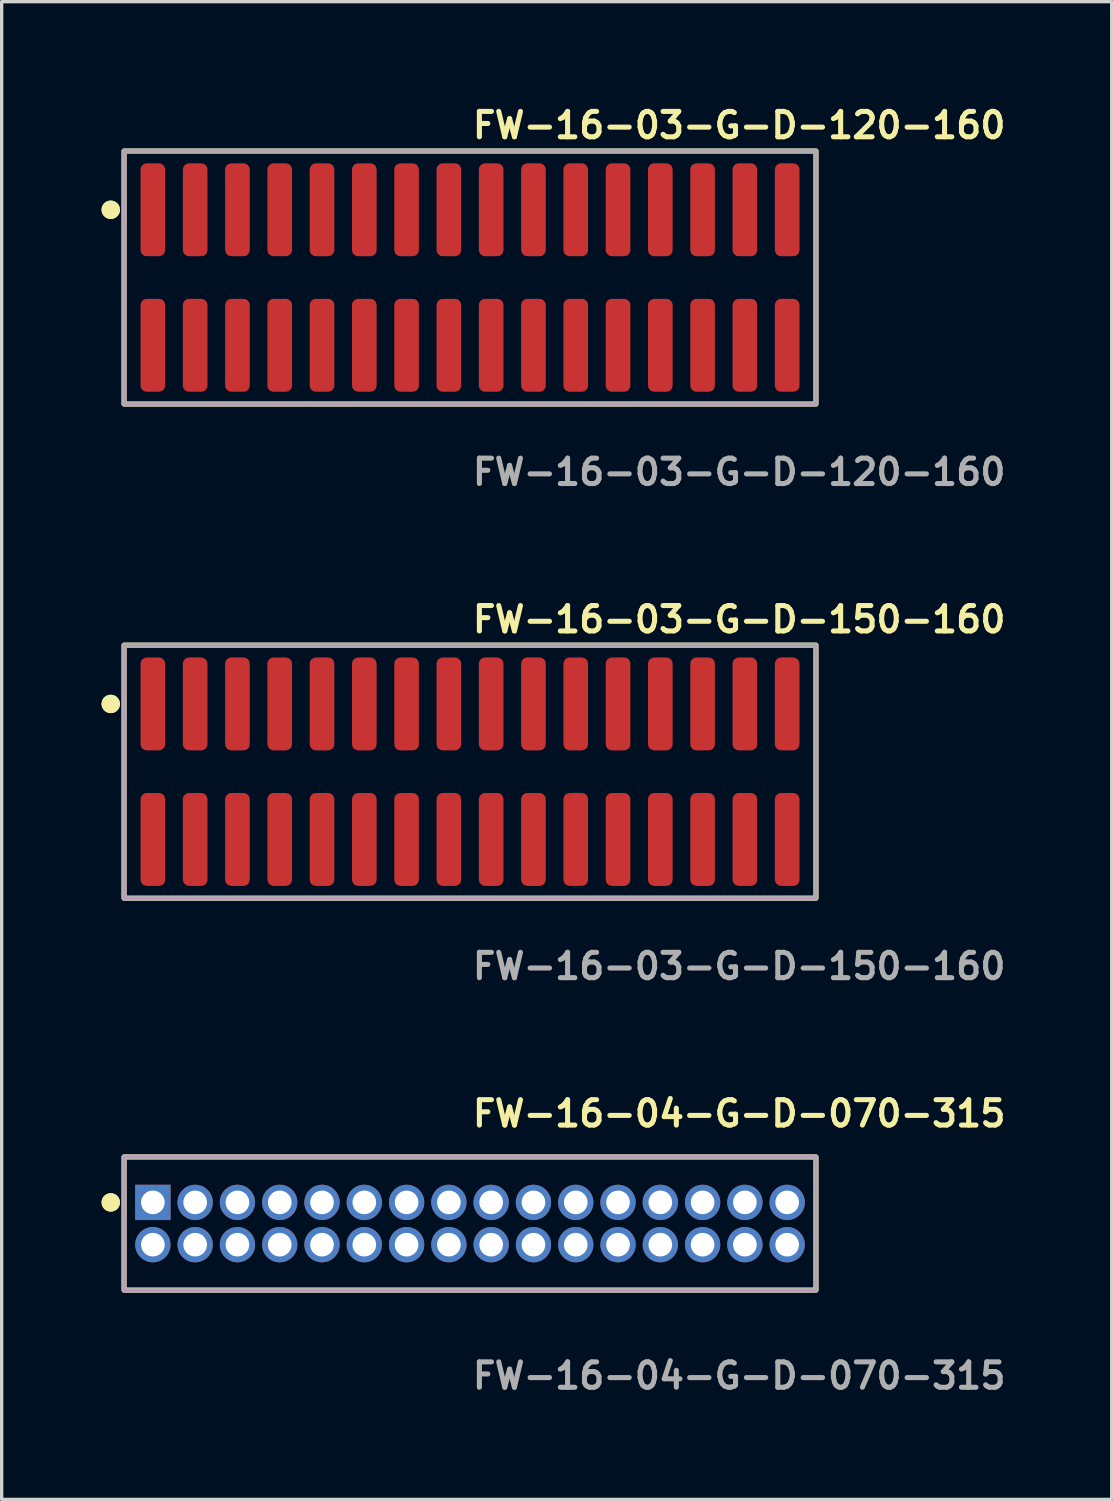
<source format=kicad_pcb>
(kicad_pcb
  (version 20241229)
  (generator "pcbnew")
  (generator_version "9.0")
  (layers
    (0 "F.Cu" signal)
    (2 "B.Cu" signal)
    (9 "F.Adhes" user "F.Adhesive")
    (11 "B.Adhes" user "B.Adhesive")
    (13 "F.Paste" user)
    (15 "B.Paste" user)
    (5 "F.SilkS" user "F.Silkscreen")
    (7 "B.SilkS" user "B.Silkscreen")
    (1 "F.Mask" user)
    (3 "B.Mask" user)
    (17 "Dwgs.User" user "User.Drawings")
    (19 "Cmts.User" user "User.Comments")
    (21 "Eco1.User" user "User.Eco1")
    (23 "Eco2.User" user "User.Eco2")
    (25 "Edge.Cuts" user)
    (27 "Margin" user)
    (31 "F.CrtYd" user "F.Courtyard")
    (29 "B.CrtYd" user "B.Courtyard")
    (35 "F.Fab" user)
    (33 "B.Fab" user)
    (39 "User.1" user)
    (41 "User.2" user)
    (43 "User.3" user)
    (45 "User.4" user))
  (footprint "FW-16-03-G-D-150-160"
    (layer "F.Cu")
    (at 11.066 20.126)
    (property "Reference" "FW-16-03-G-D-150-160" (at 0 -4.572 0) (unlocked yes) (layer "F.SilkS") (effects (font (size 0.762 0.762) (thickness 0.152)) (justify left)))
    (fp_rect (start -10.39 3.8) (end 10.39 -3.8) (stroke (width 0.152) (type solid)) (fill no) (layer "F.SilkS"))
    (fp_circle (center -10.79 -2.035) (end -10.99 -2.035) (stroke (width 0.152) (type solid)) (fill yes) (layer "F.SilkS"))
    (fp_circle (center -10.79 -2.035) (end -10.99 -2.035) (stroke (width 0.152) (type solid)) (fill yes) (layer "F.SilkS"))
    (fp_rect (start -10.39 3.8) (end 10.39 -3.8) (stroke (width 0.006) (type solid)) (fill no) (layer "F.CrtYd"))
    (fp_rect (start -10.39 3.8) (end 10.39 -3.8) (stroke (width 0.152) (type solid)) (fill no) (layer "F.Fab"))
    (fp_text user "${REFERENCE}" (at 0 5.842 0) (unlocked yes) (layer "F.Fab") (effects (font (size 0.762 0.762) (thickness 0.152)) (justify left)))
    (pad "1" smd roundrect (at -9.525 -2.035) (size 0.74 2.79) (layers "F.Cu" "F.Paste") (roundrect_rratio 0.25))
    (pad "2" smd roundrect (at -9.525 2.035) (size 0.74 2.79) (layers "F.Cu" "F.Paste") (roundrect_rratio 0.25))
    (pad "3" smd roundrect (at -8.255 -2.035) (size 0.74 2.79) (layers "F.Cu" "F.Paste") (roundrect_rratio 0.25))
    (pad "4" smd roundrect (at -8.255 2.035) (size 0.74 2.79) (layers "F.Cu" "F.Paste") (roundrect_rratio 0.25))
    (pad "5" smd roundrect (at -6.985 -2.035) (size 0.74 2.79) (layers "F.Cu" "F.Paste") (roundrect_rratio 0.25))
    (pad "6" smd roundrect (at -6.985 2.035) (size 0.74 2.79) (layers "F.Cu" "F.Paste") (roundrect_rratio 0.25))
    (pad "7" smd roundrect (at -5.715 -2.035) (size 0.74 2.79) (layers "F.Cu" "F.Paste") (roundrect_rratio 0.25))
    (pad "8" smd roundrect (at -5.715 2.035) (size 0.74 2.79) (layers "F.Cu" "F.Paste") (roundrect_rratio 0.25))
    (pad "9" smd roundrect (at -4.445 -2.035) (size 0.74 2.79) (layers "F.Cu" "F.Paste") (roundrect_rratio 0.25))
    (pad "10" smd roundrect (at -4.445 2.035) (size 0.74 2.79) (layers "F.Cu" "F.Paste") (roundrect_rratio 0.25))
    (pad "11" smd roundrect (at -3.175 -2.035) (size 0.74 2.79) (layers "F.Cu" "F.Paste") (roundrect_rratio 0.25))
    (pad "12" smd roundrect (at -3.175 2.035) (size 0.74 2.79) (layers "F.Cu" "F.Paste") (roundrect_rratio 0.25))
    (pad "13" smd roundrect (at -1.905 -2.035) (size 0.74 2.79) (layers "F.Cu" "F.Paste") (roundrect_rratio 0.25))
    (pad "14" smd roundrect (at -1.905 2.035) (size 0.74 2.79) (layers "F.Cu" "F.Paste") (roundrect_rratio 0.25))
    (pad "15" smd roundrect (at -0.635 -2.035) (size 0.74 2.79) (layers "F.Cu" "F.Paste") (roundrect_rratio 0.25))
    (pad "16" smd roundrect (at -0.635 2.035) (size 0.74 2.79) (layers "F.Cu" "F.Paste") (roundrect_rratio 0.25))
    (pad "17" smd roundrect (at 0.635 -2.035) (size 0.74 2.79) (layers "F.Cu" "F.Paste") (roundrect_rratio 0.25))
    (pad "18" smd roundrect (at 0.635 2.035) (size 0.74 2.79) (layers "F.Cu" "F.Paste") (roundrect_rratio 0.25))
    (pad "19" smd roundrect (at 1.905 -2.035) (size 0.74 2.79) (layers "F.Cu" "F.Paste") (roundrect_rratio 0.25))
    (pad "20" smd roundrect (at 1.905 2.035) (size 0.74 2.79) (layers "F.Cu" "F.Paste") (roundrect_rratio 0.25))
    (pad "21" smd roundrect (at 3.175 -2.035) (size 0.74 2.79) (layers "F.Cu" "F.Paste") (roundrect_rratio 0.25))
    (pad "22" smd roundrect (at 3.175 2.035) (size 0.74 2.79) (layers "F.Cu" "F.Paste") (roundrect_rratio 0.25))
    (pad "23" smd roundrect (at 4.445 -2.035) (size 0.74 2.79) (layers "F.Cu" "F.Paste") (roundrect_rratio 0.25))
    (pad "24" smd roundrect (at 4.445 2.035) (size 0.74 2.79) (layers "F.Cu" "F.Paste") (roundrect_rratio 0.25))
    (pad "25" smd roundrect (at 5.715 -2.035) (size 0.74 2.79) (layers "F.Cu" "F.Paste") (roundrect_rratio 0.25))
    (pad "26" smd roundrect (at 5.715 2.035) (size 0.74 2.79) (layers "F.Cu" "F.Paste") (roundrect_rratio 0.25))
    (pad "27" smd roundrect (at 6.985 -2.035) (size 0.74 2.79) (layers "F.Cu" "F.Paste") (roundrect_rratio 0.25))
    (pad "28" smd roundrect (at 6.985 2.035) (size 0.74 2.79) (layers "F.Cu" "F.Paste") (roundrect_rratio 0.25))
    (pad "29" smd roundrect (at 8.255 -2.035) (size 0.74 2.79) (layers "F.Cu" "F.Paste") (roundrect_rratio 0.25))
    (pad "30" smd roundrect (at 8.255 2.035) (size 0.74 2.79) (layers "F.Cu" "F.Paste") (roundrect_rratio 0.25))
    (pad "31" smd roundrect (at 9.525 -2.035) (size 0.74 2.79) (layers "F.Cu" "F.Paste") (roundrect_rratio 0.25))
    (pad "32" smd roundrect (at 9.525 2.035) (size 0.74 2.79) (layers "F.Cu" "F.Paste") (roundrect_rratio 0.25)))
  (footprint "FW-16-04-G-D-070-315"
    (layer "F.Cu")
    (at 11.066 33.696)
    (property "Reference" "FW-16-04-G-D-070-315" (at 0 -3.302 0) (unlocked yes) (layer "F.SilkS") (effects (font (size 0.762 0.762) (thickness 0.152)) (justify left)))
    (fp_rect (start -10.39 2) (end 10.39 -2) (stroke (width 0.152) (type solid)) (fill no) (layer "F.SilkS"))
    (fp_circle (center -10.79 -0.635) (end -10.99 -0.635) (stroke (width 0.152) (type solid)) (fill yes) (layer "F.SilkS"))
    (fp_circle (center -10.79 -0.635) (end -10.99 -0.635) (stroke (width 0.152) (type solid)) (fill yes) (layer "F.SilkS"))
    (fp_rect (start -10.39 2) (end 10.39 -2) (stroke (width 0.006) (type solid)) (fill no) (layer "F.CrtYd"))
    (fp_rect (start -10.39 2) (end 10.39 -2) (stroke (width 0.152) (type solid)) (fill no) (layer "F.Fab"))
    (fp_text user "${REFERENCE}" (at 0 4.572 0) (unlocked yes) (layer "F.Fab") (effects (font (size 0.762 0.762) (thickness 0.152)) (justify left)))
    (pad "1" thru_hole rect (at -9.525 -0.635) (size 1.06 1.06) (drill 0.71) (layers "*.Cu" "*.Mask"))
    (pad "2" thru_hole circle (at -9.525 0.635) (size 1.06 1.06) (drill 0.71) (layers "*.Cu" "*.Mask"))
    (pad "3" thru_hole circle (at -8.255 -0.635) (size 1.06 1.06) (drill 0.71) (layers "*.Cu" "*.Mask"))
    (pad "4" thru_hole circle (at -8.255 0.635) (size 1.06 1.06) (drill 0.71) (layers "*.Cu" "*.Mask"))
    (pad "5" thru_hole circle (at -6.985 -0.635) (size 1.06 1.06) (drill 0.71) (layers "*.Cu" "*.Mask"))
    (pad "6" thru_hole circle (at -6.985 0.635) (size 1.06 1.06) (drill 0.71) (layers "*.Cu" "*.Mask"))
    (pad "7" thru_hole circle (at -5.715 -0.635) (size 1.06 1.06) (drill 0.71) (layers "*.Cu" "*.Mask"))
    (pad "8" thru_hole circle (at -5.715 0.635) (size 1.06 1.06) (drill 0.71) (layers "*.Cu" "*.Mask"))
    (pad "9" thru_hole circle (at -4.445 -0.635) (size 1.06 1.06) (drill 0.71) (layers "*.Cu" "*.Mask"))
    (pad "10" thru_hole circle (at -4.445 0.635) (size 1.06 1.06) (drill 0.71) (layers "*.Cu" "*.Mask"))
    (pad "11" thru_hole circle (at -3.175 -0.635) (size 1.06 1.06) (drill 0.71) (layers "*.Cu" "*.Mask"))
    (pad "12" thru_hole circle (at -3.175 0.635) (size 1.06 1.06) (drill 0.71) (layers "*.Cu" "*.Mask"))
    (pad "13" thru_hole circle (at -1.905 -0.635) (size 1.06 1.06) (drill 0.71) (layers "*.Cu" "*.Mask"))
    (pad "14" thru_hole circle (at -1.905 0.635) (size 1.06 1.06) (drill 0.71) (layers "*.Cu" "*.Mask"))
    (pad "15" thru_hole circle (at -0.635 -0.635) (size 1.06 1.06) (drill 0.71) (layers "*.Cu" "*.Mask"))
    (pad "16" thru_hole circle (at -0.635 0.635) (size 1.06 1.06) (drill 0.71) (layers "*.Cu" "*.Mask"))
    (pad "17" thru_hole circle (at 0.635 -0.635) (size 1.06 1.06) (drill 0.71) (layers "*.Cu" "*.Mask"))
    (pad "18" thru_hole circle (at 0.635 0.635) (size 1.06 1.06) (drill 0.71) (layers "*.Cu" "*.Mask"))
    (pad "19" thru_hole circle (at 1.905 -0.635) (size 1.06 1.06) (drill 0.71) (layers "*.Cu" "*.Mask"))
    (pad "20" thru_hole circle (at 1.905 0.635) (size 1.06 1.06) (drill 0.71) (layers "*.Cu" "*.Mask"))
    (pad "21" thru_hole circle (at 3.175 -0.635) (size 1.06 1.06) (drill 0.71) (layers "*.Cu" "*.Mask"))
    (pad "22" thru_hole circle (at 3.175 0.635) (size 1.06 1.06) (drill 0.71) (layers "*.Cu" "*.Mask"))
    (pad "23" thru_hole circle (at 4.445 -0.635) (size 1.06 1.06) (drill 0.71) (layers "*.Cu" "*.Mask"))
    (pad "24" thru_hole circle (at 4.445 0.635) (size 1.06 1.06) (drill 0.71) (layers "*.Cu" "*.Mask"))
    (pad "25" thru_hole circle (at 5.715 -0.635) (size 1.06 1.06) (drill 0.71) (layers "*.Cu" "*.Mask"))
    (pad "26" thru_hole circle (at 5.715 0.635) (size 1.06 1.06) (drill 0.71) (layers "*.Cu" "*.Mask"))
    (pad "27" thru_hole circle (at 6.985 -0.635) (size 1.06 1.06) (drill 0.71) (layers "*.Cu" "*.Mask"))
    (pad "28" thru_hole circle (at 6.985 0.635) (size 1.06 1.06) (drill 0.71) (layers "*.Cu" "*.Mask"))
    (pad "29" thru_hole circle (at 8.255 -0.635) (size 1.06 1.06) (drill 0.71) (layers "*.Cu" "*.Mask"))
    (pad "30" thru_hole circle (at 8.255 0.635) (size 1.06 1.06) (drill 0.71) (layers "*.Cu" "*.Mask"))
    (pad "31" thru_hole circle (at 9.525 -0.635) (size 1.06 1.06) (drill 0.71) (layers "*.Cu" "*.Mask"))
    (pad "32" thru_hole circle (at 9.525 0.635) (size 1.06 1.06) (drill 0.71) (layers "*.Cu" "*.Mask")))
  (footprint "FW-16-03-G-D-120-160"
    (layer "F.Cu")
    (at 11.066 5.285)
    (property "Reference" "FW-16-03-G-D-120-160" (at 0 -4.572 0) (unlocked yes) (layer "F.SilkS") (effects (font (size 0.762 0.762) (thickness 0.152)) (justify left)))
    (fp_rect (start -10.39 3.8) (end 10.39 -3.8) (stroke (width 0.152) (type solid)) (fill no) (layer "F.SilkS"))
    (fp_circle (center -10.79 -2.035) (end -10.99 -2.035) (stroke (width 0.152) (type solid)) (fill yes) (layer "F.SilkS"))
    (fp_circle (center -10.79 -2.035) (end -10.99 -2.035) (stroke (width 0.152) (type solid)) (fill yes) (layer "F.SilkS"))
    (fp_rect (start -10.39 3.8) (end 10.39 -3.8) (stroke (width 0.006) (type solid)) (fill no) (layer "F.CrtYd"))
    (fp_rect (start -10.39 3.8) (end 10.39 -3.8) (stroke (width 0.152) (type solid)) (fill no) (layer "F.Fab"))
    (fp_text user "${REFERENCE}" (at 0 5.842 0) (unlocked yes) (layer "F.Fab") (effects (font (size 0.762 0.762) (thickness 0.152)) (justify left)))
    (pad "1" smd roundrect (at -9.525 -2.035) (size 0.74 2.79) (layers "F.Cu" "F.Paste") (roundrect_rratio 0.25))
    (pad "2" smd roundrect (at -9.525 2.035) (size 0.74 2.79) (layers "F.Cu" "F.Paste") (roundrect_rratio 0.25))
    (pad "3" smd roundrect (at -8.255 -2.035) (size 0.74 2.79) (layers "F.Cu" "F.Paste") (roundrect_rratio 0.25))
    (pad "4" smd roundrect (at -8.255 2.035) (size 0.74 2.79) (layers "F.Cu" "F.Paste") (roundrect_rratio 0.25))
    (pad "5" smd roundrect (at -6.985 -2.035) (size 0.74 2.79) (layers "F.Cu" "F.Paste") (roundrect_rratio 0.25))
    (pad "6" smd roundrect (at -6.985 2.035) (size 0.74 2.79) (layers "F.Cu" "F.Paste") (roundrect_rratio 0.25))
    (pad "7" smd roundrect (at -5.715 -2.035) (size 0.74 2.79) (layers "F.Cu" "F.Paste") (roundrect_rratio 0.25))
    (pad "8" smd roundrect (at -5.715 2.035) (size 0.74 2.79) (layers "F.Cu" "F.Paste") (roundrect_rratio 0.25))
    (pad "9" smd roundrect (at -4.445 -2.035) (size 0.74 2.79) (layers "F.Cu" "F.Paste") (roundrect_rratio 0.25))
    (pad "10" smd roundrect (at -4.445 2.035) (size 0.74 2.79) (layers "F.Cu" "F.Paste") (roundrect_rratio 0.25))
    (pad "11" smd roundrect (at -3.175 -2.035) (size 0.74 2.79) (layers "F.Cu" "F.Paste") (roundrect_rratio 0.25))
    (pad "12" smd roundrect (at -3.175 2.035) (size 0.74 2.79) (layers "F.Cu" "F.Paste") (roundrect_rratio 0.25))
    (pad "13" smd roundrect (at -1.905 -2.035) (size 0.74 2.79) (layers "F.Cu" "F.Paste") (roundrect_rratio 0.25))
    (pad "14" smd roundrect (at -1.905 2.035) (size 0.74 2.79) (layers "F.Cu" "F.Paste") (roundrect_rratio 0.25))
    (pad "15" smd roundrect (at -0.635 -2.035) (size 0.74 2.79) (layers "F.Cu" "F.Paste") (roundrect_rratio 0.25))
    (pad "16" smd roundrect (at -0.635 2.035) (size 0.74 2.79) (layers "F.Cu" "F.Paste") (roundrect_rratio 0.25))
    (pad "17" smd roundrect (at 0.635 -2.035) (size 0.74 2.79) (layers "F.Cu" "F.Paste") (roundrect_rratio 0.25))
    (pad "18" smd roundrect (at 0.635 2.035) (size 0.74 2.79) (layers "F.Cu" "F.Paste") (roundrect_rratio 0.25))
    (pad "19" smd roundrect (at 1.905 -2.035) (size 0.74 2.79) (layers "F.Cu" "F.Paste") (roundrect_rratio 0.25))
    (pad "20" smd roundrect (at 1.905 2.035) (size 0.74 2.79) (layers "F.Cu" "F.Paste") (roundrect_rratio 0.25))
    (pad "21" smd roundrect (at 3.175 -2.035) (size 0.74 2.79) (layers "F.Cu" "F.Paste") (roundrect_rratio 0.25))
    (pad "22" smd roundrect (at 3.175 2.035) (size 0.74 2.79) (layers "F.Cu" "F.Paste") (roundrect_rratio 0.25))
    (pad "23" smd roundrect (at 4.445 -2.035) (size 0.74 2.79) (layers "F.Cu" "F.Paste") (roundrect_rratio 0.25))
    (pad "24" smd roundrect (at 4.445 2.035) (size 0.74 2.79) (layers "F.Cu" "F.Paste") (roundrect_rratio 0.25))
    (pad "25" smd roundrect (at 5.715 -2.035) (size 0.74 2.79) (layers "F.Cu" "F.Paste") (roundrect_rratio 0.25))
    (pad "26" smd roundrect (at 5.715 2.035) (size 0.74 2.79) (layers "F.Cu" "F.Paste") (roundrect_rratio 0.25))
    (pad "27" smd roundrect (at 6.985 -2.035) (size 0.74 2.79) (layers "F.Cu" "F.Paste") (roundrect_rratio 0.25))
    (pad "28" smd roundrect (at 6.985 2.035) (size 0.74 2.79) (layers "F.Cu" "F.Paste") (roundrect_rratio 0.25))
    (pad "29" smd roundrect (at 8.255 -2.035) (size 0.74 2.79) (layers "F.Cu" "F.Paste") (roundrect_rratio 0.25))
    (pad "30" smd roundrect (at 8.255 2.035) (size 0.74 2.79) (layers "F.Cu" "F.Paste") (roundrect_rratio 0.25))
    (pad "31" smd roundrect (at 9.525 -2.035) (size 0.74 2.79) (layers "F.Cu" "F.Paste") (roundrect_rratio 0.25))
    (pad "32" smd roundrect (at 9.525 2.035) (size 0.74 2.79) (layers "F.Cu" "F.Paste") (roundrect_rratio 0.25)))
  (gr_rect
    (start -3 -3)
    (end 30.337 41.981)
    (stroke (width 0.1) (type default))
    (fill no)
    (layer "Edge.Cuts")))
</source>
